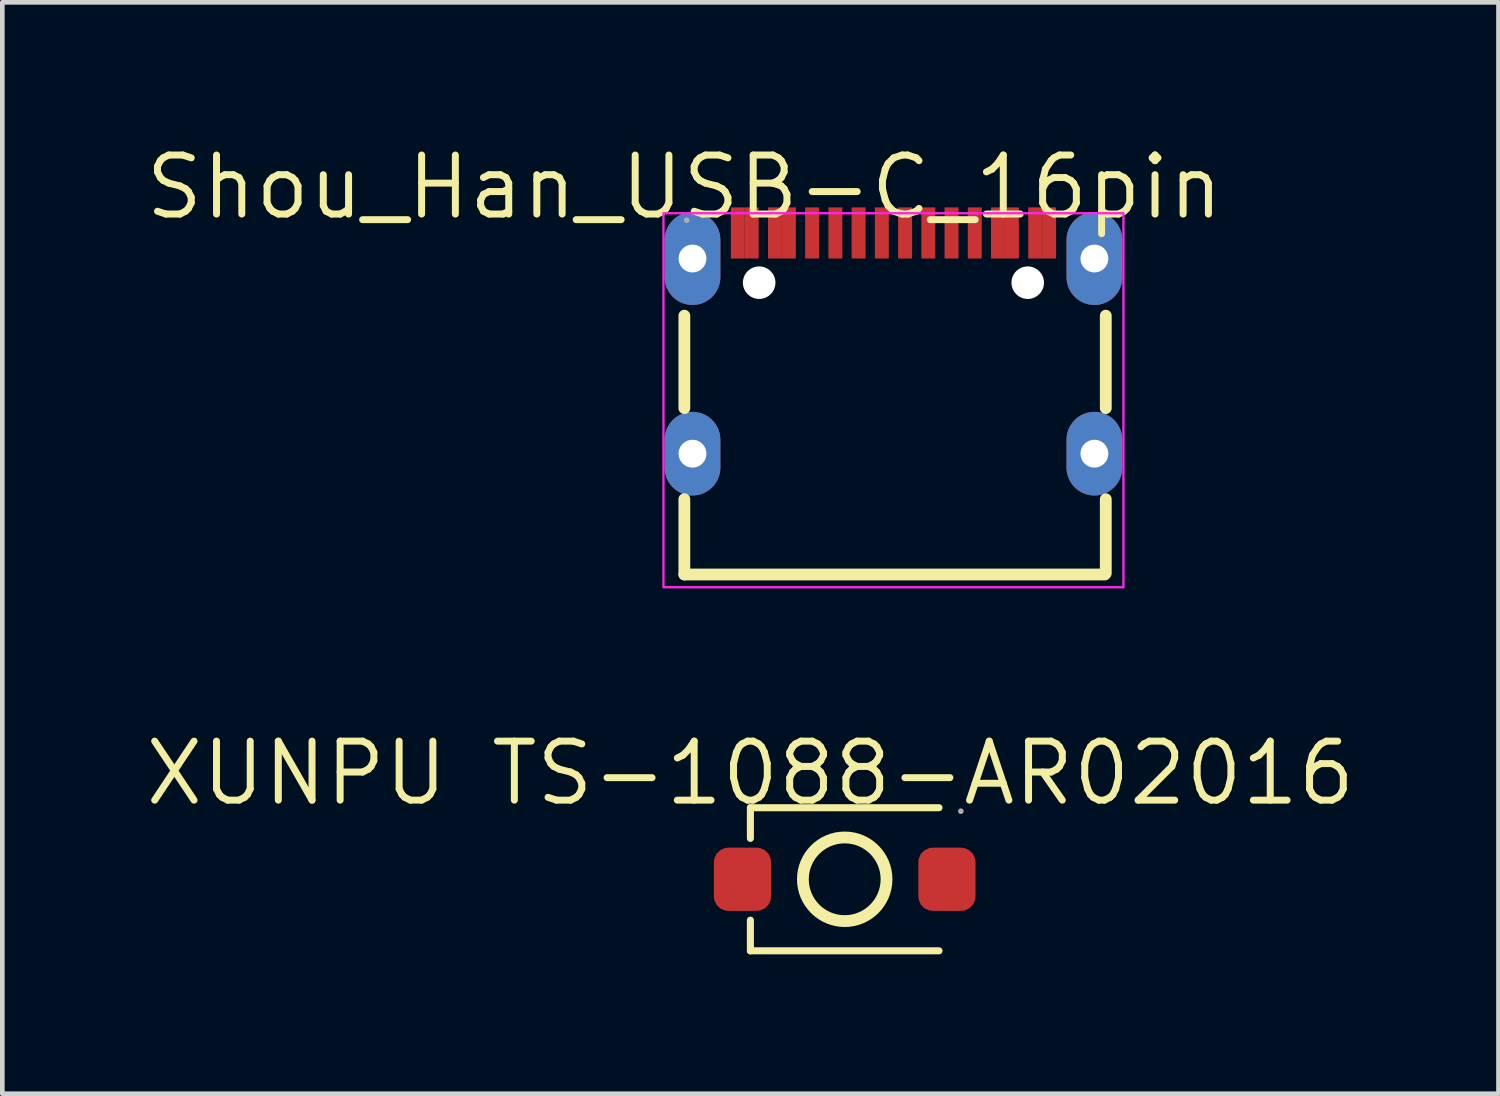
<source format=kicad_pcb>
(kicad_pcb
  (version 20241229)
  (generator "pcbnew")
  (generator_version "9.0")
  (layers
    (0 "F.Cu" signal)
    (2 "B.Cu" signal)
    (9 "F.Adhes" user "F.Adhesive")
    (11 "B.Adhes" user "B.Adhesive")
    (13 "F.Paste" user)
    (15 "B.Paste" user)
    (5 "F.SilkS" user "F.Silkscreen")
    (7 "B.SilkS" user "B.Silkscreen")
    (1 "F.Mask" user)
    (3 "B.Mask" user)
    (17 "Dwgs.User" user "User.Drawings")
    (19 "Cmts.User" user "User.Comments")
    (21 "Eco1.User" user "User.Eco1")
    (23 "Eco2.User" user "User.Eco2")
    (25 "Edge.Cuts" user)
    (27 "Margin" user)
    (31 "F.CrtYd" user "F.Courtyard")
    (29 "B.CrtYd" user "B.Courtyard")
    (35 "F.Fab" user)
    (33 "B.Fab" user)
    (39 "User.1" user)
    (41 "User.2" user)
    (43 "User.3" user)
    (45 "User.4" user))
  (footprint "XUNPU TS-1088-AR02016"
    (layer "F.Cu")
    (at 15.13 15.874)
    (property "Reference" "XUNPU TS-1088-AR02016" (at -2.03 -1.54 0) (layer "F.SilkS") (effects (font (size 1.27 1.27) (thickness 0.15)) (justify bottom)))
    (fp_line (start -2.03 -1.54) (end -2.03 -0.88) (stroke (width 0.152) (type default)) (layer "F.SilkS"))
    (fp_line (start -2.03 1.54) (end -2.03 0.88) (stroke (width 0.152) (type default)) (layer "F.SilkS"))
    (fp_line (start 2.03 -1.54) (end -2.03 -1.54) (stroke (width 0.152) (type default)) (layer "F.SilkS"))
    (fp_line (start 2.03 1.54) (end -2.03 1.54) (stroke (width 0.152) (type default)) (layer "F.SilkS"))
    (fp_circle (center -0.000026 -0.000026) (end -0.000026 0.9) (stroke (width 0.254) (type default)) (fill no) (layer "F.SilkS"))
    (fp_circle (center 2.5 -1.465) (end 2.5 -1.435) (stroke (width 0.06) (type default)) (fill no) (layer "F.Fab"))
    (pad "1" smd roundrect (at -2.2 0) (size 1.23 1.36) (layers "F.Cu" "F.Mask" "F.Paste") (roundrect_rratio 0.25))
    (pad "2" smd roundrect (at 2.2 0) (size 1.23 1.36) (layers "F.Cu" "F.Mask" "F.Paste") (roundrect_rratio 0.25)))
  (footprint "Shou_Han_USB-C_16pin"
    (layer "F.Cu")
    (at 16.179 4.339)
    (property "Reference" "Shou_Han_USB-C_16pin" (at -4.5 -2.619 0) (layer "F.SilkS") (effects (font (size 1.27 1.27) (thickness 0.15)) (justify bottom)))
    (fp_line (start -4.5 1.395) (end -4.5 -0.595) (stroke (width 0.254) (type default)) (layer "F.SilkS"))
    (fp_line (start -4.5 4.975) (end -4.5 3.355) (stroke (width 0.254) (type default)) (layer "F.SilkS"))
    (fp_line (start 4.55 4.975) (end -4.5 4.975) (stroke (width 0.254) (type default)) (layer "F.SilkS"))
    (fp_line (start 4.57 1.395) (end 4.57 -0.595) (stroke (width 0.254) (type default)) (layer "F.SilkS"))
    (fp_line (start 4.57 4.95) (end 4.57 3.355) (stroke (width 0.254) (type default)) (layer "F.SilkS"))
    (fp_rect (start -4.95 5.25) (end 4.95 -2.8) (stroke (width 0.05) (type default)) (fill no) (layer "F.CrtYd"))
    (fp_circle (center -4.45 -2.649) (end -4.45 -2.619) (stroke (width 0.06) (type default)) (fill no) (layer "F.Fab"))
    (fp_circle (center -2.89 -1.305) (end -2.89 -1.18) (stroke (width 0.25) (type default)) (fill no) (layer "F.Fab"))
    (fp_circle (center 2.89 -1.305) (end 2.89 -1.18) (stroke (width 0.25) (type default)) (fill no) (layer "F.Fab"))
    (pad "" np_thru_hole circle (at -2.89 -1.305) (size 0.7 0.7) (drill 0.7) (layers "*.Cu" "*.Mask"))
    (pad "" np_thru_hole circle (at 2.89 -1.305) (size 0.7 0.7) (drill 0.7) (layers "*.Cu" "*.Mask"))
    (pad "13" thru_hole oval (at -4.325 -1.825) (size 1.2 2) (drill 0.6 1.5) (layers "*.Cu" "*.Mask"))
    (pad "13" thru_hole oval (at -4.325 2.375) (size 1.2 1.8) (drill 0.6 1.2) (layers "*.Cu" "*.Mask"))
    (pad "14" thru_hole oval (at 4.325 -1.825) (size 1.2 2) (drill 0.6 1.5) (layers "*.Cu" "*.Mask"))
    (pad "14" thru_hole oval (at 4.325 2.375) (size 1.2 1.8) (drill 0.6 1.2) (layers "*.Cu" "*.Mask"))
    (pad "A1" smd rect (at -3.35 -2.375) (size 0.3 1.1) (layers "F.Cu" "F.Mask" "F.Paste"))
    (pad "A4" smd rect (at -2.55 -2.375) (size 0.3 1.1) (layers "F.Cu" "F.Mask" "F.Paste"))
    (pad "A5" smd rect (at -1.25 -2.375) (size 0.3 1.1) (layers "F.Cu" "F.Mask" "F.Paste"))
    (pad "A6" smd rect (at -0.25 -2.375) (size 0.3 1.1) (layers "F.Cu" "F.Mask" "F.Paste"))
    (pad "A7" smd rect (at 0.25 -2.375) (size 0.3 1.1) (layers "F.Cu" "F.Mask" "F.Paste"))
    (pad "A8" smd rect (at 1.25 -2.375) (size 0.3 1.1) (layers "F.Cu" "F.Mask" "F.Paste"))
    (pad "A9" smd rect (at 2.55 -2.375) (size 0.3 1.1) (layers "F.Cu" "F.Mask" "F.Paste"))
    (pad "A12" smd rect (at 3.35 -2.375) (size 0.3 1.1) (layers "F.Cu" "F.Mask" "F.Paste"))
    (pad "B1" smd rect (at 3.05 -2.375) (size 0.3 1.1) (layers "F.Cu" "F.Mask" "F.Paste"))
    (pad "B4" smd rect (at 2.25 -2.375) (size 0.3 1.1) (layers "F.Cu" "F.Mask" "F.Paste"))
    (pad "B5" smd rect (at 1.75 -2.375) (size 0.3 1.1) (layers "F.Cu" "F.Mask" "F.Paste"))
    (pad "B6" smd rect (at 0.75 -2.375) (size 0.3 1.1) (layers "F.Cu" "F.Mask" "F.Paste"))
    (pad "B7" smd rect (at -0.75 -2.375) (size 0.3 1.1) (layers "F.Cu" "F.Mask" "F.Paste"))
    (pad "B8" smd rect (at -1.75 -2.375) (size 0.3 1.1) (layers "F.Cu" "F.Mask" "F.Paste"))
    (pad "B9" smd rect (at -2.25 -2.375) (size 0.3 1.1) (layers "F.Cu" "F.Mask" "F.Paste"))
    (pad "B12" smd rect (at -3.05 -2.375) (size 0.3 1.1) (layers "F.Cu" "F.Mask" "F.Paste")))
  (gr_rect
    (start -3 -3)
    (end 29.201 20.49)
    (stroke (width 0.1) (type default))
    (fill no)
    (layer "Edge.Cuts")))
</source>
